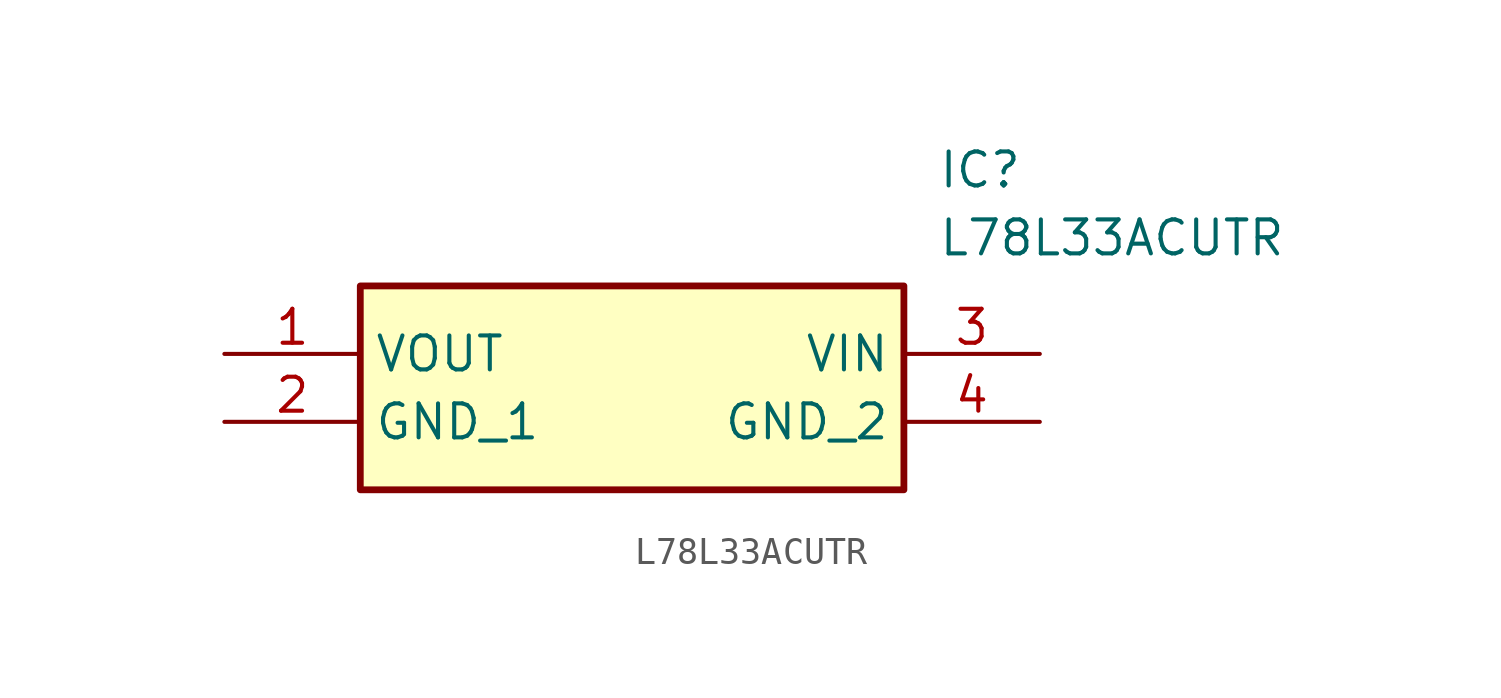
<source format=kicad_sym>
(kicad_symbol_lib
  (version 20211014)
  (generator SamacSys_ECAD_Model)
  (symbol "L78L33ACUTR"
    (property "Reference" "IC"
      (at 26.67 7.62 0)
      (effects (font (size 1.27 1.27)) (justify left top)))
    (property "Value" "L78L33ACUTR"
      (at 26.67 5.08 0)
      (effects (font (size 1.27 1.27)) (justify left top)))
    (rectangle
      (start 5.08 2.54)
      (end 25.4 -5.08)
      (stroke (width 0.254) (type default))
      (fill (type background)))
    (pin output line
      (at 0 0 0)
      (length 5.08)
      (name "VOUT" (effects (font (size 1.27 1.27))))
      (number "1" (effects (font (size 1.27 1.27)))))
    (pin power_in line
      (at 0 -2.54 0)
      (length 5.08)
      (name "GND_1" (effects (font (size 1.27 1.27))))
      (number "2" (effects (font (size 1.27 1.27)))))
    (pin input line
      (at 30.48 0 180)
      (length 5.08)
      (name "VIN" (effects (font (size 1.27 1.27))))
      (number "3" (effects (font (size 1.27 1.27)))))
    (pin power_in line
      (at 30.48 -2.54 180)
      (length 5.08)
      (name "GND_2" (effects (font (size 1.27 1.27))))
      (number "4" (effects (font (size 1.27 1.27)))))))
</source>
